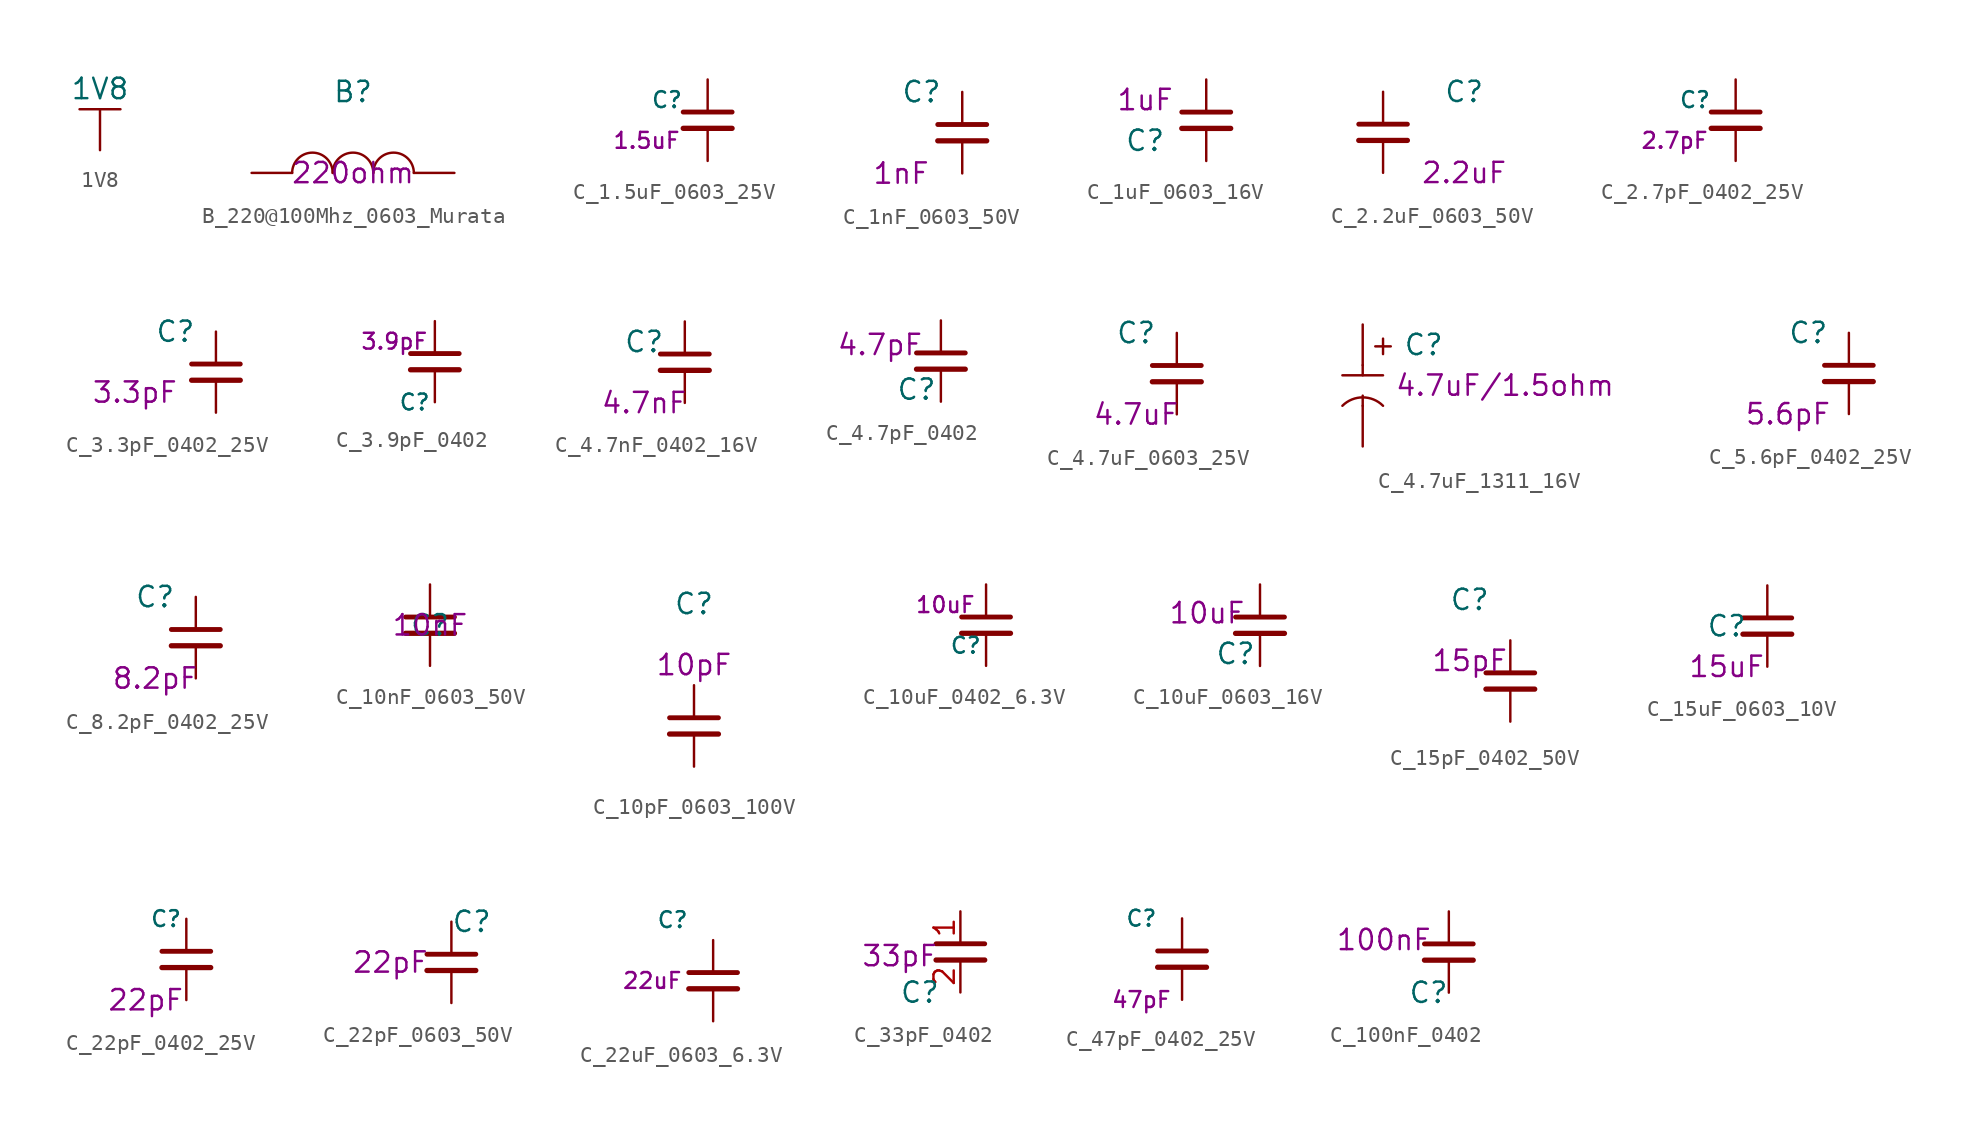
<source format=kicad_sym>
(kicad_symbol_lib
  (version 20220914)
  (generator kicad_symbol_editor)
  (symbol "1V8"
    (power)
    (pin_numbers hide)
    (pin_names
      (offset 0) hide)
    (property "Reference" "#PWR"
      (at -6.35 2.54 0)
      (effects (font (size 1.27 1.27)) hide))
    (property "Value" "1V8"
      (at 0 3.81 0)
      (effects (font (size 1.27 1.27))))
    (symbol "1V8_0_1"
      (polyline (pts (xy 1.27 2.54) (xy -1.27 2.54)) (stroke (width 0) (type solid)) (fill (type none))))
    (symbol "1V8_1_1"
      (pin power_out line (at 0 0 90) (length 2.54) (name "3V3" (effects (font (size 1.27 1.27)))) (number "~" (effects (font (size 1.27 1.27)))))))
  (symbol "B_220@100Mhz_0603_Murata"
    (pin_numbers hide)
    (pin_names
      (offset 0) hide)
    (property "Reference" "B"
      (at 0 5.08 0)
      (effects (font (size 1.27 1.27))))
    (property "Waarde" "220ohm"
      (at 0 0 0)
      (effects (font (size 1.27 1.27))))
    (symbol "B_220@100Mhz_0603_Murata_1_1"
      (arc (start -1.27 0) (mid -2.54 1.2645) (end -3.81 0) (stroke (width 0) (type solid)) (fill (type none)))
      (arc (start 1.27 0) (mid 0 1.2645) (end -1.27 0) (stroke (width 0) (type solid)) (fill (type none)))
      (arc (start 3.81 0) (mid 2.54 1.2645) (end 1.27 0) (stroke (width 0) (type solid)) (fill (type none)))
      (pin input line (at -6.35 0 0) (length 2.54) (name "~" (effects (font (size 1.27 1.27)))) (number "1" (effects (font (size 1.27 1.27)))))
      (pin input line (at 6.35 0 180) (length 2.54) (name "~" (effects (font (size 1.27 1.27)))) (number "2" (effects (font (size 1.27 1.27)))))))
  (symbol "C_1.5uF_0603_25V"
    (pin_numbers hide)
    (pin_names
      (offset 0))
    (property "Reference" "C"
      (at -2.54 1.27 0)
      (effects (font (size 0.991 0.991))))
    (property "Waarde" "1.5uF"
      (at -3.81 -1.27 0)
      (effects (font (size 0.991 0.991))))
    (symbol "C_1.5uF_0603_25V_0_1"
      (polyline (pts (xy -1.524 -0.508) (xy 1.524 -0.508)) (stroke (width 0.33) (type default)) (fill (type none)))
      (polyline (pts (xy -1.524 0.508) (xy 1.524 0.508)) (stroke (width 0.305) (type default)) (fill (type none))))
    (symbol "C_1.5uF_0603_25V_1_1"
      (pin passive line (at 0 2.54 270) (length 2.032) (name "~" (effects (font (size 1.27 1.27)))) (number "1" (effects (font (size 1.27 1.27)))))
      (pin passive line (at 0 -2.54 90) (length 2.032) (name "~" (effects (font (size 1.27 1.27)))) (number "2" (effects (font (size 1.27 1.27)))))))
  (symbol "C_1nF_0603_50V"
    (pin_numbers hide)
    (pin_names
      (offset 0))
    (property "Reference" "C"
      (at -2.54 2.54 0)
      (effects (font (size 1.27 1.27))))
    (property "Waarde" "1nF"
      (at -3.81 -2.54 0)
      (effects (font (size 1.27 1.27))))
    (symbol "C_1nF_0603_50V_0_1"
      (polyline (pts (xy -1.524 -0.508) (xy 1.524 -0.508)) (stroke (width 0.33) (type default)) (fill (type none)))
      (polyline (pts (xy -1.524 0.508) (xy 1.524 0.508)) (stroke (width 0.305) (type default)) (fill (type none))))
    (symbol "C_1nF_0603_50V_1_1"
      (pin passive line (at 0 2.54 270) (length 2.032) (name "~" (effects (font (size 1.27 1.27)))) (number "1" (effects (font (size 1.27 1.27)))))
      (pin passive line (at 0 -2.54 90) (length 2.032) (name "~" (effects (font (size 1.27 1.27)))) (number "2" (effects (font (size 1.27 1.27)))))))
  (symbol "C_1uF_0603_16V"
    (pin_numbers hide)
    (pin_names
      (offset 0) hide)
    (property "Reference" "C"
      (at -3.81 -1.27 0)
      (effects (font (size 1.27 1.27))))
    (property "Waarde" "1uF"
      (at -3.81 1.27 0)
      (effects (font (size 1.27 1.27))))
    (symbol "C_1uF_0603_16V_0_1"
      (polyline (pts (xy -1.524 -0.508) (xy 1.524 -0.508)) (stroke (width 0.33) (type default)) (fill (type none)))
      (polyline (pts (xy -1.524 0.508) (xy 1.524 0.508)) (stroke (width 0.305) (type default)) (fill (type none))))
    (symbol "C_1uF_0603_16V_1_1"
      (pin passive line (at 0 2.54 270) (length 2.032) (name "~" (effects (font (size 1.27 1.27)))) (number "1" (effects (font (size 1.27 1.27)))))
      (pin passive line (at 0 -2.54 90) (length 2.032) (name "~" (effects (font (size 1.27 1.27)))) (number "2" (effects (font (size 1.27 1.27)))))))
  (symbol "C_2.2uF_0603_50V"
    (pin_numbers hide)
    (pin_names
      (offset 0) hide)
    (property "Reference" "C"
      (at 5.08 2.54 0)
      (effects (font (size 1.27 1.27))))
    (property "Value_1" "2.2uF"
      (at 5.08 -2.54 0)
      (effects (font (size 1.27 1.27))))
    (symbol "C_2.2uF_0603_50V_0_1"
      (polyline (pts (xy -1.524 -0.508) (xy 1.524 -0.508)) (stroke (width 0.33) (type default)) (fill (type none)))
      (polyline (pts (xy -1.524 0.508) (xy 1.524 0.508)) (stroke (width 0.305) (type default)) (fill (type none))))
    (symbol "C_2.2uF_0603_50V_1_1"
      (pin passive line (at 0 2.54 270) (length 2.032) (name "~" (effects (font (size 1.27 1.27)))) (number "1" (effects (font (size 1.27 1.27)))))
      (pin passive line (at 0 -2.54 90) (length 2.032) (name "~" (effects (font (size 1.27 1.27)))) (number "2" (effects (font (size 1.27 1.27)))))))
  (symbol "C_2.7pF_0402_25V"
    (pin_numbers hide)
    (pin_names
      (offset 0))
    (property "Reference" "C"
      (at -2.54 1.27 0)
      (effects (font (size 0.991 0.991))))
    (property "Waarde" "2.7pF"
      (at -3.81 -1.27 0)
      (effects (font (size 0.991 0.991))))
    (symbol "C_2.7pF_0402_25V_0_1"
      (polyline (pts (xy -1.524 -0.508) (xy 1.524 -0.508)) (stroke (width 0.33) (type default)) (fill (type none)))
      (polyline (pts (xy -1.524 0.508) (xy 1.524 0.508)) (stroke (width 0.305) (type default)) (fill (type none))))
    (symbol "C_2.7pF_0402_25V_1_1"
      (pin passive line (at 0 2.54 270) (length 2.032) (name "~" (effects (font (size 1.27 1.27)))) (number "1" (effects (font (size 1.27 1.27)))))
      (pin passive line (at 0 -2.54 90) (length 2.032) (name "~" (effects (font (size 1.27 1.27)))) (number "2" (effects (font (size 1.27 1.27)))))))
  (symbol "C_3.3pF_0402_25V"
    (pin_numbers hide)
    (pin_names
      (offset 0))
    (property "Reference" "C"
      (at -2.54 2.54 0)
      (effects (font (size 1.27 1.27))))
    (property "Waarde" "3.3pF"
      (at -5.08 -1.27 0)
      (effects (font (size 1.27 1.27))))
    (symbol "C_3.3pF_0402_25V_0_1"
      (polyline (pts (xy -1.524 -0.508) (xy 1.524 -0.508)) (stroke (width 0.33) (type default)) (fill (type none)))
      (polyline (pts (xy -1.524 0.508) (xy 1.524 0.508)) (stroke (width 0.305) (type default)) (fill (type none))))
    (symbol "C_3.3pF_0402_25V_1_1"
      (pin passive line (at 0 2.54 270) (length 2.032) (name "~" (effects (font (size 1.27 1.27)))) (number "1" (effects (font (size 1.27 1.27)))))
      (pin passive line (at 0 -2.54 90) (length 2.032) (name "~" (effects (font (size 1.27 1.27)))) (number "2" (effects (font (size 1.27 1.27)))))))
  (symbol "C_3.9pF_0402"
    (pin_numbers hide)
    (pin_names
      (offset 0))
    (property "Reference" "C"
      (at -1.27 -2.54 0)
      (effects (font (size 0.991 0.991))))
    (property "Waarde" "3.9pF"
      (at -2.54 1.27 0)
      (effects (font (size 0.991 0.991))))
    (symbol "C_3.9pF_0402_0_1"
      (polyline (pts (xy -1.524 -0.508) (xy 1.524 -0.508)) (stroke (width 0.33) (type default)) (fill (type none)))
      (polyline (pts (xy -1.524 0.508) (xy 1.524 0.508)) (stroke (width 0.305) (type default)) (fill (type none))))
    (symbol "C_3.9pF_0402_1_1"
      (pin passive line (at 0 2.54 270) (length 2.032) (name "~" (effects (font (size 1.27 1.27)))) (number "1" (effects (font (size 1.27 1.27)))))
      (pin passive line (at 0 -2.54 90) (length 2.032) (name "~" (effects (font (size 1.27 1.27)))) (number "2" (effects (font (size 1.27 1.27)))))))
  (symbol "C_4.7nF_0402_16V"
    (pin_numbers hide)
    (pin_names
      (offset 0))
    (property "Reference" "C"
      (at -2.54 1.27 0)
      (effects (font (size 1.27 1.27))))
    (property "Waarde" "4.7nF"
      (at -2.54 -2.54 0)
      (effects (font (size 1.27 1.27))))
    (symbol "C_4.7nF_0402_16V_0_1"
      (polyline (pts (xy -1.524 -0.508) (xy 1.524 -0.508)) (stroke (width 0.33) (type default)) (fill (type none)))
      (polyline (pts (xy -1.524 0.508) (xy 1.524 0.508)) (stroke (width 0.305) (type default)) (fill (type none))))
    (symbol "C_4.7nF_0402_16V_1_1"
      (pin passive line (at 0 2.54 270) (length 2.032) (name "~" (effects (font (size 1.27 1.27)))) (number "1" (effects (font (size 1.27 1.27)))))
      (pin passive line (at 0 -2.54 90) (length 2.032) (name "~" (effects (font (size 1.27 1.27)))) (number "2" (effects (font (size 1.27 1.27)))))))
  (symbol "C_4.7pF_0402"
    (pin_numbers hide)
    (pin_names
      (offset 0) hide)
    (property "Reference" "C"
      (at -1.524 -1.778 0)
      (effects (font (size 1.27 1.27))))
    (property "Waarde" "4.7pF"
      (at -3.81 1.016 0)
      (effects (font (size 1.27 1.27))))
    (symbol "C_4.7pF_0402_0_1"
      (polyline (pts (xy -1.524 -0.508) (xy 1.524 -0.508)) (stroke (width 0.33) (type default)) (fill (type none)))
      (polyline (pts (xy -1.524 0.508) (xy 1.524 0.508)) (stroke (width 0.305) (type default)) (fill (type none))))
    (symbol "C_4.7pF_0402_1_1"
      (pin passive line (at 0 2.54 270) (length 2.032) (name "~" (effects (font (size 1.27 1.27)))) (number "1" (effects (font (size 1.27 1.27)))))
      (pin passive line (at 0 -2.54 90) (length 2.032) (name "~" (effects (font (size 1.27 1.27)))) (number "2" (effects (font (size 1.27 1.27)))))))
  (symbol "C_4.7uF_0603_25V"
    (pin_numbers hide)
    (pin_names
      (offset 0))
    (property "Reference" "C"
      (at -2.54 2.54 0)
      (effects (font (size 1.27 1.27))))
    (property "Waarde" "4.7uF"
      (at -2.54 -2.54 0)
      (effects (font (size 1.27 1.27))))
    (symbol "C_4.7uF_0603_25V_0_1"
      (polyline (pts (xy -1.524 -0.508) (xy 1.524 -0.508)) (stroke (width 0.33) (type default)) (fill (type none)))
      (polyline (pts (xy -1.524 0.508) (xy 1.524 0.508)) (stroke (width 0.305) (type default)) (fill (type none))))
    (symbol "C_4.7uF_0603_25V_1_1"
      (pin passive line (at 0 2.54 270) (length 2.032) (name "~" (effects (font (size 1.27 1.27)))) (number "1" (effects (font (size 1.27 1.27)))))
      (pin passive line (at 0 -2.54 90) (length 2.032) (name "~" (effects (font (size 1.27 1.27)))) (number "2" (effects (font (size 1.27 1.27)))))))
  (symbol "C_4.7uF_1311_16V"
    (pin_numbers hide)
    (pin_names
      (offset 0) hide)
    (property "Reference" "C"
      (at 3.81 2.54 0)
      (effects (font (size 1.27 1.27))))
    (property "Waarde" "4.7uF/1.5ohm"
      (at 8.89 0 0)
      (effects (font (size 1.27 1.27))))
    (symbol "C_4.7uF_1311_16V_0_0"
      (text "+" (at 1.27 2.54 0) (effects (font (size 1.27 1.27)))))
    (symbol "C_4.7uF_1311_16V_0_1"
      (arc (start 1.27 -1.27) (mid 0 -0.7439) (end -1.27 -1.27) (stroke (width 0) (type solid)) (fill (type none))))
    (symbol "C_4.7uF_1311_16V_1_1"
      (polyline (pts (xy -1.27 0.635) (xy 1.27 0.635)) (stroke (width 0) (type solid)) (fill (type none)))
      (polyline (pts (xy 0 -0.635) (xy 0 -1.27)) (stroke (width 0) (type solid)) (fill (type none)))
      (polyline (pts (xy 0 1.27) (xy 0 0.635)) (stroke (width 0) (type solid)) (fill (type none)))
      (pin input line (at 0 3.81 270) (length 2.54) (name "~" (effects (font (size 1.27 1.27)))) (number "1" (effects (font (size 1.27 1.27)))))
      (pin input line (at 0 -3.81 90) (length 2.54) (name "~" (effects (font (size 1.27 1.27)))) (number "2" (effects (font (size 1.27 1.27)))))))
  (symbol "C_5.6pF_0402_25V"
    (pin_numbers hide)
    (pin_names
      (offset 0))
    (property "Reference" "C"
      (at -2.54 2.54 0)
      (effects (font (size 1.27 1.27))))
    (property "Waarde" "5.6pF"
      (at -3.81 -2.54 0)
      (effects (font (size 1.27 1.27))))
    (symbol "C_5.6pF_0402_25V_0_1"
      (polyline (pts (xy -1.524 -0.508) (xy 1.524 -0.508)) (stroke (width 0.33) (type default)) (fill (type none)))
      (polyline (pts (xy -1.524 0.508) (xy 1.524 0.508)) (stroke (width 0.305) (type default)) (fill (type none))))
    (symbol "C_5.6pF_0402_25V_1_1"
      (pin passive line (at 0 2.54 270) (length 2.032) (name "~" (effects (font (size 1.27 1.27)))) (number "1" (effects (font (size 1.27 1.27)))))
      (pin passive line (at 0 -2.54 90) (length 2.032) (name "~" (effects (font (size 1.27 1.27)))) (number "2" (effects (font (size 1.27 1.27)))))))
  (symbol "C_8.2pF_0402_25V"
    (pin_numbers hide)
    (pin_names
      (offset 0))
    (property "Reference" "C"
      (at -2.54 2.54 0)
      (effects (font (size 1.27 1.27))))
    (property "Waarde" "8.2pF"
      (at -2.54 -2.54 0)
      (effects (font (size 1.27 1.27))))
    (symbol "C_8.2pF_0402_25V_0_1"
      (polyline (pts (xy -1.524 -0.508) (xy 1.524 -0.508)) (stroke (width 0.33) (type default)) (fill (type none)))
      (polyline (pts (xy -1.524 0.508) (xy 1.524 0.508)) (stroke (width 0.305) (type default)) (fill (type none))))
    (symbol "C_8.2pF_0402_25V_1_1"
      (pin passive line (at 0 2.54 270) (length 2.032) (name "~" (effects (font (size 1.27 1.27)))) (number "1" (effects (font (size 1.27 1.27)))))
      (pin passive line (at 0 -2.54 90) (length 2.032) (name "~" (effects (font (size 1.27 1.27)))) (number "2" (effects (font (size 1.27 1.27)))))))
  (symbol "C_10nF_0603_50V"
    (pin_numbers hide)
    (pin_names
      (offset 0) hide)
    (property "Reference" "C"
      (at 0 0 0)
      (effects (font (size 1.27 1.27))))
    (property "Waarde" "10nF"
      (at 0 0 0)
      (effects (font (size 1.27 1.27))))
    (symbol "C_10nF_0603_50V_0_1"
      (polyline (pts (xy -1.524 -0.508) (xy 1.524 -0.508)) (stroke (width 0.33) (type default)) (fill (type none)))
      (polyline (pts (xy -1.524 0.508) (xy 1.524 0.508)) (stroke (width 0.305) (type default)) (fill (type none))))
    (symbol "C_10nF_0603_50V_1_1"
      (pin passive line (at 0 2.54 270) (length 2.032) (name "~" (effects (font (size 1.27 1.27)))) (number "1" (effects (font (size 1.27 1.27)))))
      (pin passive line (at 0 -2.54 90) (length 2.032) (name "~" (effects (font (size 1.27 1.27)))) (number "2" (effects (font (size 1.27 1.27)))))))
  (symbol "C_10pF_0603_100V"
    (pin_numbers hide)
    (pin_names
      (offset 0) hide)
    (property "Reference" "C"
      (at 0 7.62 0)
      (effects (font (size 1.27 1.27))))
    (property "Waarde" "10pF"
      (at 0 3.81 0)
      (effects (font (size 1.27 1.27))))
    (symbol "C_10pF_0603_100V_0_1"
      (polyline (pts (xy -1.524 -0.508) (xy 1.524 -0.508)) (stroke (width 0.33) (type default)) (fill (type none)))
      (polyline (pts (xy -1.524 0.508) (xy 1.524 0.508)) (stroke (width 0.305) (type default)) (fill (type none))))
    (symbol "C_10pF_0603_100V_1_1"
      (pin passive line (at 0 2.54 270) (length 2.032) (name "~" (effects (font (size 1.27 1.27)))) (number "1" (effects (font (size 1.27 1.27)))))
      (pin passive line (at 0 -2.54 90) (length 2.032) (name "~" (effects (font (size 1.27 1.27)))) (number "2" (effects (font (size 1.27 1.27)))))))
  (symbol "C_10uF_0402_6.3V"
    (pin_numbers hide)
    (pin_names
      (offset 0))
    (property "Reference" "C"
      (at -1.27 -1.27 0)
      (effects (font (size 0.991 0.991))))
    (property "Waarde" "10uF"
      (at -2.54 1.27 0)
      (effects (font (size 0.991 0.991))))
    (symbol "C_10uF_0402_6.3V_0_1"
      (polyline (pts (xy -1.524 -0.508) (xy 1.524 -0.508)) (stroke (width 0.33) (type default)) (fill (type none)))
      (polyline (pts (xy -1.524 0.508) (xy 1.524 0.508)) (stroke (width 0.305) (type default)) (fill (type none))))
    (symbol "C_10uF_0402_6.3V_1_1"
      (pin passive line (at 0 2.54 270) (length 2.032) (name "~" (effects (font (size 1.27 1.27)))) (number "1" (effects (font (size 1.27 1.27)))))
      (pin passive line (at 0 -2.54 90) (length 2.032) (name "~" (effects (font (size 1.27 1.27)))) (number "2" (effects (font (size 1.27 1.27)))))))
  (symbol "C_10uF_0603_16V"
    (pin_numbers hide)
    (pin_names
      (offset 0) hide)
    (property "Reference" "C"
      (at -1.524 -1.778 0)
      (effects (font (size 1.27 1.27))))
    (property "Waarde" "10uF"
      (at -3.302 0.762 0)
      (effects (font (size 1.27 1.27))))
    (symbol "C_10uF_0603_16V_0_1"
      (polyline (pts (xy -1.524 -0.508) (xy 1.524 -0.508)) (stroke (width 0.33) (type default)) (fill (type none)))
      (polyline (pts (xy -1.524 0.508) (xy 1.524 0.508)) (stroke (width 0.305) (type default)) (fill (type none))))
    (symbol "C_10uF_0603_16V_1_1"
      (pin passive line (at 0 2.54 270) (length 2.032) (name "~" (effects (font (size 1.27 1.27)))) (number "1" (effects (font (size 1.27 1.27)))))
      (pin passive line (at 0 -2.54 90) (length 2.032) (name "~" (effects (font (size 1.27 1.27)))) (number "2" (effects (font (size 1.27 1.27)))))))
  (symbol "C_15pF_0402_50V"
    (pin_numbers hide)
    (pin_names
      (offset 0) hide)
    (property "Reference" "C"
      (at -2.54 5.08 0)
      (effects (font (size 1.27 1.27))))
    (property "Waarde" "15pF"
      (at -2.54 1.27 0)
      (effects (font (size 1.27 1.27))))
    (symbol "C_15pF_0402_50V_0_1"
      (polyline (pts (xy -1.524 -0.508) (xy 1.524 -0.508)) (stroke (width 0.33) (type default)) (fill (type none)))
      (polyline (pts (xy -1.524 0.508) (xy 1.524 0.508)) (stroke (width 0.305) (type default)) (fill (type none))))
    (symbol "C_15pF_0402_50V_1_1"
      (pin passive line (at 0 2.54 270) (length 2.032) (name "~" (effects (font (size 1.27 1.27)))) (number "1" (effects (font (size 1.27 1.27)))))
      (pin passive line (at 0 -2.54 90) (length 2.032) (name "~" (effects (font (size 1.27 1.27)))) (number "2" (effects (font (size 1.27 1.27)))))))
  (symbol "C_15uF_0603_10V"
    (pin_numbers hide)
    (pin_names
      (offset 0) hide)
    (property "Reference" "C"
      (at -2.54 0 0)
      (effects (font (size 1.27 1.27))))
    (property "Waarde" "15uF"
      (at -2.54 -2.54 0)
      (effects (font (size 1.27 1.27))))
    (symbol "C_15uF_0603_10V_0_1"
      (polyline (pts (xy -1.524 -0.508) (xy 1.524 -0.508)) (stroke (width 0.33) (type default)) (fill (type none)))
      (polyline (pts (xy -1.524 0.508) (xy 1.524 0.508)) (stroke (width 0.305) (type default)) (fill (type none))))
    (symbol "C_15uF_0603_10V_1_1"
      (pin passive line (at 0 2.54 270) (length 2.032) (name "~" (effects (font (size 1.27 1.27)))) (number "1" (effects (font (size 1.27 1.27)))))
      (pin passive line (at 0 -2.54 90) (length 2.032) (name "~" (effects (font (size 1.27 1.27)))) (number "2" (effects (font (size 1.27 1.27)))))))
  (symbol "C_22pF_0402_25V"
    (pin_numbers hide)
    (pin_names
      (offset 0))
    (property "Reference" "C"
      (at -1.27 2.54 0)
      (effects (font (size 0.991 0.991))))
    (property "Waarde" "22pF"
      (at -2.54 -2.54 0)
      (effects (font (size 1.27 1.27))))
    (symbol "C_22pF_0402_25V_0_1"
      (polyline (pts (xy -1.524 -0.508) (xy 1.524 -0.508)) (stroke (width 0.33) (type default)) (fill (type none)))
      (polyline (pts (xy -1.524 0.508) (xy 1.524 0.508)) (stroke (width 0.305) (type default)) (fill (type none))))
    (symbol "C_22pF_0402_25V_1_1"
      (pin passive line (at 0 2.54 270) (length 2.032) (name "~" (effects (font (size 1.27 1.27)))) (number "1" (effects (font (size 1.27 1.27)))))
      (pin passive line (at 0 -2.54 90) (length 2.032) (name "~" (effects (font (size 1.27 1.27)))) (number "2" (effects (font (size 1.27 1.27)))))))
  (symbol "C_22pF_0603_50V"
    (pin_numbers hide)
    (pin_names
      (offset 1.016) hide)
    (property "Reference" "C"
      (at 1.27 2.54 0)
      (effects (font (size 1.27 1.27))))
    (property "Waarde" "22pF"
      (at -3.81 0 0)
      (effects (font (size 1.27 1.27))))
    (symbol "C_22pF_0603_50V_0_1"
      (polyline (pts (xy -1.524 -0.508) (xy 1.524 -0.508)) (stroke (width 0.33) (type default)) (fill (type none)))
      (polyline (pts (xy -1.524 0.508) (xy 1.524 0.508)) (stroke (width 0.305) (type default)) (fill (type none))))
    (symbol "C_22pF_0603_50V_1_1"
      (pin passive line (at 0 2.54 270) (length 2.032) (name "~" (effects (font (size 1.27 1.27)))) (number "1" (effects (font (size 1.27 1.27)))))
      (pin passive line (at 0 -2.54 90) (length 2.032) (name "~" (effects (font (size 1.27 1.27)))) (number "2" (effects (font (size 1.27 1.27)))))))
  (symbol "C_22uF_0603_6.3V"
    (pin_numbers hide)
    (pin_names
      (offset 0))
    (property "Reference" "C"
      (at -2.54 3.81 0)
      (effects (font (size 0.991 0.991))))
    (property "Waarde" "22uF"
      (at -3.81 0 0)
      (effects (font (size 0.991 0.991))))
    (symbol "C_22uF_0603_6.3V_0_1"
      (polyline (pts (xy -1.524 -0.508) (xy 1.524 -0.508)) (stroke (width 0.33) (type default)) (fill (type none)))
      (polyline (pts (xy -1.524 0.508) (xy 1.524 0.508)) (stroke (width 0.305) (type default)) (fill (type none))))
    (symbol "C_22uF_0603_6.3V_1_1"
      (pin passive line (at 0 2.54 270) (length 2.032) (name "~" (effects (font (size 1.27 1.27)))) (number "1" (effects (font (size 1.27 1.27)))))
      (pin passive line (at 0 -2.54 90) (length 2.032) (name "~" (effects (font (size 1.27 1.27)))) (number "2" (effects (font (size 1.27 1.27)))))))
  (symbol "C_33pF_0402"
    (pin_names
      (offset 1.016))
    (property "Reference" "C"
      (at -2.54 -2.54 0)
      (effects (font (size 1.27 1.27))))
    (property "Waarde" "33pF"
      (at -3.81 -0.254 0)
      (effects (font (size 1.27 1.27))))
    (symbol "C_33pF_0402_0_1"
      (polyline (pts (xy -1.524 -0.508) (xy 1.524 -0.508)) (stroke (width 0.33) (type default)) (fill (type none)))
      (polyline (pts (xy -1.524 0.508) (xy 1.524 0.508)) (stroke (width 0.305) (type default)) (fill (type none))))
    (symbol "C_33pF_0402_1_1"
      (pin passive line (at 0 2.54 270) (length 2.032) (name "~" (effects (font (size 1.27 1.27)))) (number "1" (effects (font (size 1.27 1.27)))))
      (pin passive line (at 0 -2.54 90) (length 2.032) (name "~" (effects (font (size 1.27 1.27)))) (number "2" (effects (font (size 1.27 1.27)))))))
  (symbol "C_47pF_0402_25V"
    (pin_numbers hide)
    (pin_names
      (offset 0))
    (property "Reference" "C"
      (at -2.54 2.54 0)
      (effects (font (size 0.991 0.991))))
    (property "Waarde" "47pF"
      (at -2.54 -2.54 0)
      (effects (font (size 0.991 0.991))))
    (symbol "C_47pF_0402_25V_0_1"
      (polyline (pts (xy -1.524 -0.508) (xy 1.524 -0.508)) (stroke (width 0.33) (type default)) (fill (type none)))
      (polyline (pts (xy -1.524 0.508) (xy 1.524 0.508)) (stroke (width 0.305) (type default)) (fill (type none))))
    (symbol "C_47pF_0402_25V_1_1"
      (pin passive line (at 0 2.54 270) (length 2.032) (name "~" (effects (font (size 1.27 1.27)))) (number "1" (effects (font (size 1.27 1.27)))))
      (pin passive line (at 0 -2.54 90) (length 2.032) (name "~" (effects (font (size 1.27 1.27)))) (number "2" (effects (font (size 1.27 1.27)))))))
  (symbol "C_100nF_0402"
    (pin_numbers hide)
    (pin_names
      (offset 0) hide)
    (property "Reference" "C"
      (at -1.27 -2.54 0)
      (effects (font (size 1.27 1.27))))
    (property "Waarde" "100nF"
      (at -4.064 0.762 0)
      (effects (font (size 1.27 1.27))))
    (symbol "C_100nF_0402_0_1"
      (polyline (pts (xy -1.524 -0.508) (xy 1.524 -0.508)) (stroke (width 0.33) (type default)) (fill (type none)))
      (polyline (pts (xy -1.524 0.508) (xy 1.524 0.508)) (stroke (width 0.305) (type default)) (fill (type none))))
    (symbol "C_100nF_0402_1_1"
      (pin passive line (at 0 2.54 270) (length 2.032) (name "~" (effects (font (size 1.27 1.27)))) (number "1" (effects (font (size 1.27 1.27)))))
      (pin passive line (at 0 -2.54 90) (length 2.032) (name "~" (effects (font (size 1.27 1.27)))) (number "2" (effects (font (size 1.27 1.27))))))))
</source>
